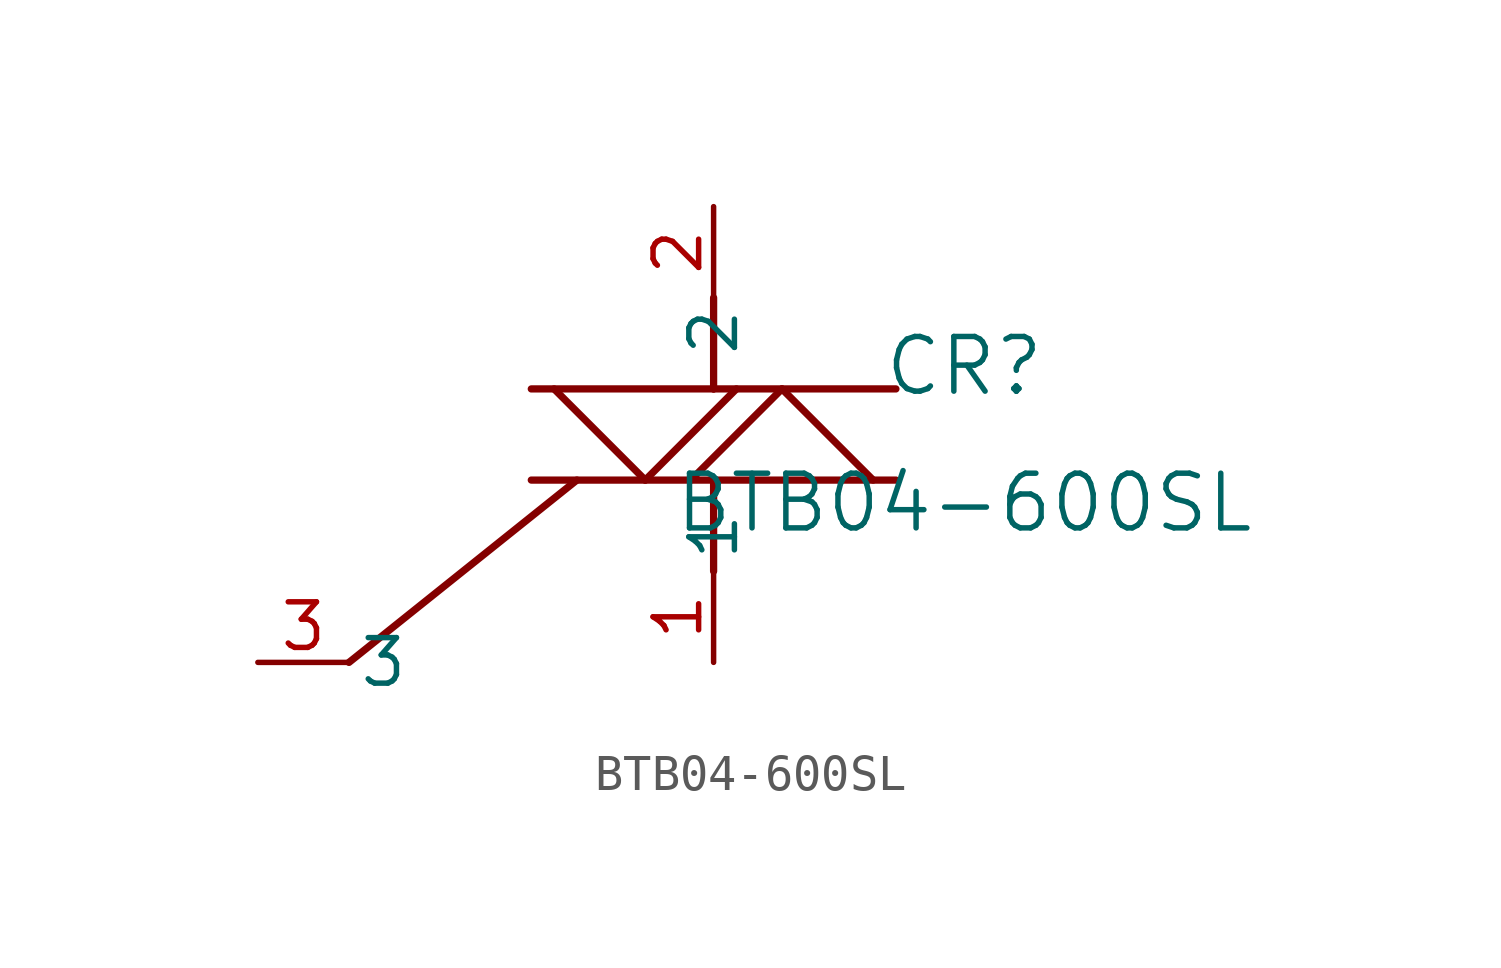
<source format=kicad_sym>
(kicad_symbol_lib
  (version 20241209)
  (generator "kicad_symbol_editor")
  (generator_version "9.0")
  (symbol "BTB04-600SL"
    (pin_names
      (offset 0.254))
    (property "Reference" "CR"
      (at 6.985 8.255 0)
      (effects (font (size 1.524 1.524))))
    (property "Value" "BTB04-600SL"
      (at 6.985 4.445 0)
      (effects (font (size 1.524 1.524))))
    (symbol "BTB04-600SL_0_1"
      (polyline (pts (xy -10.16 0) (xy -3.81 5.08)) (stroke (width 0.203) (type default)) (fill (type none)))
      (polyline (pts (xy -5.08 7.62) (xy 0 7.62)) (stroke (width 0.203) (type default)) (fill (type none)))
      (polyline (pts (xy -5.08 5.08) (xy 0 5.08)) (stroke (width 0.203) (type default)) (fill (type none)))
      (polyline (pts (xy -4.445 7.62) (xy -1.905 5.08)) (stroke (width 0.203) (type default)) (fill (type none)))
      (polyline (pts (xy -0.635 5.08) (xy 1.905 7.62)) (stroke (width 0.203) (type default)) (fill (type none)))
      (polyline (pts (xy 0 10.16) (xy 0 7.62)) (stroke (width 0.203) (type default)) (fill (type none)))
      (polyline (pts (xy 0 7.62) (xy 5.08 7.62)) (stroke (width 0.203) (type default)) (fill (type none)))
      (polyline (pts (xy 0 5.08) (xy 5.08 5.08)) (stroke (width 0.203) (type default)) (fill (type none)))
      (polyline (pts (xy 0 2.54) (xy 0 5.08)) (stroke (width 0.203) (type default)) (fill (type none)))
      (polyline (pts (xy 0.635 7.62) (xy -1.905 5.08)) (stroke (width 0.203) (type default)) (fill (type none)))
      (polyline (pts (xy 4.445 5.08) (xy 1.905 7.62)) (stroke (width 0.203) (type default)) (fill (type none)))
      (pin unspecified line (at -12.7 0 0) (length 2.54) (name "3" (effects (font (size 1.27 1.27)))) (number "3" (effects (font (size 1.27 1.27)))))
      (pin unspecified line (at 0 12.7 270) (length 2.54) (name "2" (effects (font (size 1.27 1.27)))) (number "2" (effects (font (size 1.27 1.27)))))
      (pin unspecified line (at 0 0 90) (length 2.54) (name "1" (effects (font (size 1.27 1.27)))) (number "1" (effects (font (size 1.27 1.27))))))))
</source>
